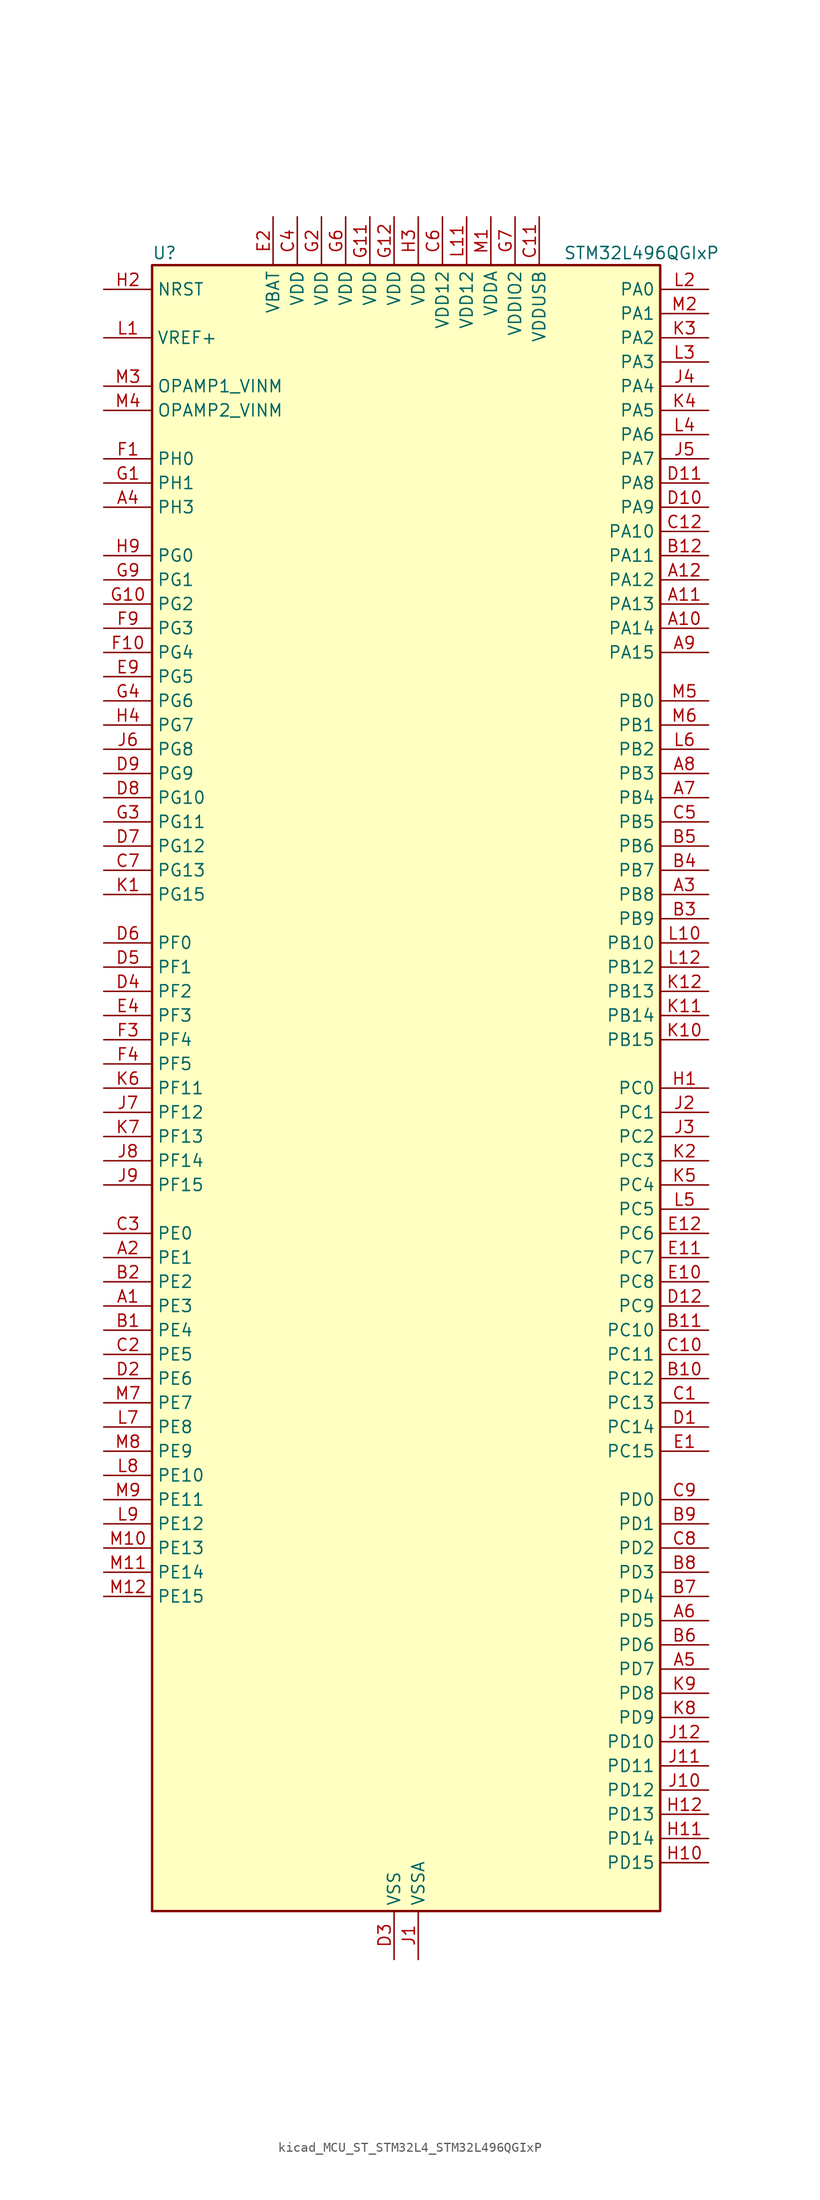
<source format=kicad_sym>
(kicad_symbol_lib
  (version 20220914)
  (generator kicad_symbol_editor)
  (symbol "kicad_MCU_ST_STM32L4_STM32L496QGIxP"
    (property "Reference" "U"
      (at -25.4 87.63 0)
      (effects (font (size 1.27 1.27)) (justify left)))
    (property "Value" "STM32L496QGIxP"
      (at 17.78 87.63 0)
      (effects (font (size 1.27 1.27)) (justify left)))
    (property "ki_locked" ""
      (at 0 0 0)
      (effects (font (size 1.27 1.27))))
    (symbol "kicad_MCU_ST_STM32L4_STM32L496QGIxP_0_1"
      (rectangle (start -25.4 -86.36) (end 27.94 86.36) (stroke (width 0.254) (type default)) (fill (type background))))
    (symbol "kicad_MCU_ST_STM32L4_STM32L496QGIxP_1_1"
      (pin bidirectional line (at -30.48 -22.86 0) (length 5.08) (name "PE3" (effects (font (size 1.27 1.27)))) (number "A1" (effects (font (size 1.27 1.27)))) (alternate "FMC_A19" bidirectional line) (alternate "LCD_SEG39" bidirectional line) (alternate "SAI1_SD_B" bidirectional line) (alternate "SYS_TRACED0" bidirectional line) (alternate "TIM3_CH1" bidirectional line) (alternate "TSC_G7_IO2" bidirectional line))
      (pin bidirectional line (at 33.02 48.26 180) (length 5.08) (name "PA14" (effects (font (size 1.27 1.27)))) (number "A10" (effects (font (size 1.27 1.27)))) (alternate "I2C1_SMBA" bidirectional line) (alternate "I2C4_SMBA" bidirectional line) (alternate "LPTIM1_OUT" bidirectional line) (alternate "SAI1_FS_B" bidirectional line) (alternate "SWPMI1_RX" bidirectional line) (alternate "SYS_JTCK-SWCLK" bidirectional line) (alternate "USB_OTG_FS_SOF" bidirectional line))
      (pin bidirectional line (at 33.02 50.8 180) (length 5.08) (name "PA13" (effects (font (size 1.27 1.27)))) (number "A11" (effects (font (size 1.27 1.27)))) (alternate "IR_OUT" bidirectional line) (alternate "SAI1_SD_B" bidirectional line) (alternate "SWPMI1_TX" bidirectional line) (alternate "SYS_JTMS-SWDIO" bidirectional line) (alternate "USB_OTG_FS_NOE" bidirectional line))
      (pin bidirectional line (at 33.02 53.34 180) (length 5.08) (name "PA12" (effects (font (size 1.27 1.27)))) (number "A12" (effects (font (size 1.27 1.27)))) (alternate "CAN1_TX" bidirectional line) (alternate "SPI1_MOSI" bidirectional line) (alternate "TIM1_ETR" bidirectional line) (alternate "USART1_DE" bidirectional line) (alternate "USART1_RTS" bidirectional line) (alternate "USB_OTG_FS_DP" bidirectional line))
      (pin bidirectional line (at -30.48 -17.78 0) (length 5.08) (name "PE1" (effects (font (size 1.27 1.27)))) (number "A2" (effects (font (size 1.27 1.27)))) (alternate "DCMI_D3" bidirectional line) (alternate "FMC_NBL1" bidirectional line) (alternate "LCD_SEG37" bidirectional line) (alternate "TIM17_CH1" bidirectional line))
      (pin bidirectional line (at 33.02 20.32 180) (length 5.08) (name "PB8" (effects (font (size 1.27 1.27)))) (number "A3" (effects (font (size 1.27 1.27)))) (alternate "CAN1_RX" bidirectional line) (alternate "DCMI_D6" bidirectional line) (alternate "DFSDM1_DATIN6" bidirectional line) (alternate "I2C1_SCL" bidirectional line) (alternate "LCD_SEG16" bidirectional line) (alternate "SAI1_MCLK_A" bidirectional line) (alternate "SDMMC1_D4" bidirectional line) (alternate "TIM16_CH1" bidirectional line) (alternate "TIM4_CH3" bidirectional line))
      (pin bidirectional line (at -30.48 60.96 0) (length 5.08) (name "PH3" (effects (font (size 1.27 1.27)))) (number "A4" (effects (font (size 1.27 1.27)))))
      (pin bidirectional line (at 33.02 -60.96 180) (length 5.08) (name "PD7" (effects (font (size 1.27 1.27)))) (number "A5" (effects (font (size 1.27 1.27)))) (alternate "DFSDM1_CKIN1" bidirectional line) (alternate "FMC_NE1" bidirectional line) (alternate "QUADSPI_BK2_IO3" bidirectional line) (alternate "USART2_CK" bidirectional line))
      (pin bidirectional line (at 33.02 -55.88 180) (length 5.08) (name "PD5" (effects (font (size 1.27 1.27)))) (number "A6" (effects (font (size 1.27 1.27)))) (alternate "FMC_NWE" bidirectional line) (alternate "QUADSPI_BK2_IO1" bidirectional line) (alternate "USART2_TX" bidirectional line))
      (pin bidirectional line (at 33.02 30.48 180) (length 5.08) (name "PB4" (effects (font (size 1.27 1.27)))) (number "A7" (effects (font (size 1.27 1.27)))) (alternate "COMP2_INP" bidirectional line) (alternate "DCMI_D12" bidirectional line) (alternate "I2C3_SDA" bidirectional line) (alternate "LCD_SEG8" bidirectional line) (alternate "SAI1_MCLK_B" bidirectional line) (alternate "SPI1_MISO" bidirectional line) (alternate "SPI3_MISO" bidirectional line) (alternate "SYS_JTRST" bidirectional line) (alternate "TIM17_BKIN" bidirectional line) (alternate "TIM3_CH1" bidirectional line) (alternate "TSC_G2_IO1" bidirectional line) (alternate "UART5_DE" bidirectional line) (alternate "UART5_RTS" bidirectional line) (alternate "USART1_CTS" bidirectional line))
      (pin bidirectional line (at 33.02 33.02 180) (length 5.08) (name "PB3" (effects (font (size 1.27 1.27)))) (number "A8" (effects (font (size 1.27 1.27)))) (alternate "COMP2_INM" bidirectional line) (alternate "CRS_SYNC" bidirectional line) (alternate "LCD_SEG7" bidirectional line) (alternate "SAI1_SCK_B" bidirectional line) (alternate "SPI1_SCK" bidirectional line) (alternate "SPI3_SCK" bidirectional line) (alternate "SYS_JTDO-SWO" bidirectional line) (alternate "TIM2_CH2" bidirectional line) (alternate "USART1_DE" bidirectional line) (alternate "USART1_RTS" bidirectional line))
      (pin bidirectional line (at 33.02 45.72 180) (length 5.08) (name "PA15" (effects (font (size 1.27 1.27)))) (number "A9" (effects (font (size 1.27 1.27)))) (alternate "ADC1_EXTI15" bidirectional line) (alternate "ADC2_EXTI15" bidirectional line) (alternate "ADC3_EXTI15" bidirectional line) (alternate "LCD_SEG17" bidirectional line) (alternate "SAI2_FS_B" bidirectional line) (alternate "SPI1_NSS" bidirectional line) (alternate "SPI3_NSS" bidirectional line) (alternate "SWPMI1_SUSPEND" bidirectional line) (alternate "SYS_JTDI" bidirectional line) (alternate "TIM2_CH1" bidirectional line) (alternate "TIM2_ETR" bidirectional line) (alternate "TSC_G3_IO1" bidirectional line) (alternate "UART4_DE" bidirectional line) (alternate "UART4_RTS" bidirectional line) (alternate "USART2_RX" bidirectional line) (alternate "USART3_DE" bidirectional line) (alternate "USART3_RTS" bidirectional line))
      (pin bidirectional line (at -30.48 -25.4 0) (length 5.08) (name "PE4" (effects (font (size 1.27 1.27)))) (number "B1" (effects (font (size 1.27 1.27)))) (alternate "DCMI_D4" bidirectional line) (alternate "DFSDM1_DATIN3" bidirectional line) (alternate "FMC_A20" bidirectional line) (alternate "SAI1_FS_A" bidirectional line) (alternate "SYS_TRACED1" bidirectional line) (alternate "TIM3_CH2" bidirectional line) (alternate "TSC_G7_IO3" bidirectional line))
      (pin bidirectional line (at 33.02 -30.48 180) (length 5.08) (name "PC12" (effects (font (size 1.27 1.27)))) (number "B10" (effects (font (size 1.27 1.27)))) (alternate "DCMI_D9" bidirectional line) (alternate "LCD_COM6" bidirectional line) (alternate "LCD_SEG30" bidirectional line) (alternate "LCD_SEG42" bidirectional line) (alternate "SAI2_SD_B" bidirectional line) (alternate "SDMMC1_CK" bidirectional line) (alternate "SPI3_MOSI" bidirectional line) (alternate "SYS_TRACED3" bidirectional line) (alternate "TSC_G3_IO4" bidirectional line) (alternate "UART5_TX" bidirectional line) (alternate "USART3_CK" bidirectional line))
      (pin bidirectional line (at 33.02 -25.4 180) (length 5.08) (name "PC10" (effects (font (size 1.27 1.27)))) (number "B11" (effects (font (size 1.27 1.27)))) (alternate "DCMI_D8" bidirectional line) (alternate "LCD_COM4" bidirectional line) (alternate "LCD_SEG28" bidirectional line) (alternate "LCD_SEG40" bidirectional line) (alternate "SAI2_SCK_B" bidirectional line) (alternate "SDMMC1_D2" bidirectional line) (alternate "SPI3_SCK" bidirectional line) (alternate "SYS_TRACED1" bidirectional line) (alternate "TSC_G3_IO2" bidirectional line) (alternate "UART4_TX" bidirectional line) (alternate "USART3_TX" bidirectional line))
      (pin bidirectional line (at 33.02 55.88 180) (length 5.08) (name "PA11" (effects (font (size 1.27 1.27)))) (number "B12" (effects (font (size 1.27 1.27)))) (alternate "ADC1_EXTI11" bidirectional line) (alternate "ADC2_EXTI11" bidirectional line) (alternate "ADC3_EXTI11" bidirectional line) (alternate "CAN1_RX" bidirectional line) (alternate "SPI1_MISO" bidirectional line) (alternate "TIM1_BKIN2" bidirectional line) (alternate "TIM1_BKIN2_COMP1" bidirectional line) (alternate "TIM1_CH4" bidirectional line) (alternate "USART1_CTS" bidirectional line) (alternate "USB_OTG_FS_DM" bidirectional line))
      (pin bidirectional line (at -30.48 -20.32 0) (length 5.08) (name "PE2" (effects (font (size 1.27 1.27)))) (number "B2" (effects (font (size 1.27 1.27)))) (alternate "FMC_A23" bidirectional line) (alternate "LCD_SEG38" bidirectional line) (alternate "SAI1_MCLK_A" bidirectional line) (alternate "SYS_TRACECLK" bidirectional line) (alternate "TIM3_ETR" bidirectional line) (alternate "TSC_G7_IO1" bidirectional line))
      (pin bidirectional line (at 33.02 17.78 180) (length 5.08) (name "PB9" (effects (font (size 1.27 1.27)))) (number "B3" (effects (font (size 1.27 1.27)))) (alternate "CAN1_TX" bidirectional line) (alternate "DAC1_EXTI9" bidirectional line) (alternate "DCMI_D7" bidirectional line) (alternate "DFSDM1_CKIN6" bidirectional line) (alternate "I2C1_SDA" bidirectional line) (alternate "IR_OUT" bidirectional line) (alternate "LCD_COM3" bidirectional line) (alternate "SAI1_FS_A" bidirectional line) (alternate "SDMMC1_D5" bidirectional line) (alternate "SPI2_NSS" bidirectional line) (alternate "TIM17_CH1" bidirectional line) (alternate "TIM4_CH4" bidirectional line))
      (pin bidirectional line (at 33.02 22.86 180) (length 5.08) (name "PB7" (effects (font (size 1.27 1.27)))) (number "B4" (effects (font (size 1.27 1.27)))) (alternate "COMP2_INM" bidirectional line) (alternate "DCMI_VSYNC" bidirectional line) (alternate "DFSDM1_CKIN5" bidirectional line) (alternate "FMC_NL" bidirectional line) (alternate "I2C1_SDA" bidirectional line) (alternate "I2C4_SDA" bidirectional line) (alternate "LCD_SEG21" bidirectional line) (alternate "LPTIM1_IN2" bidirectional line) (alternate "SYS_PVD_IN" bidirectional line) (alternate "TIM17_CH1N" bidirectional line) (alternate "TIM4_CH2" bidirectional line) (alternate "TIM8_BKIN" bidirectional line) (alternate "TIM8_BKIN_COMP1" bidirectional line) (alternate "TSC_G2_IO4" bidirectional line) (alternate "UART4_CTS" bidirectional line) (alternate "USART1_RX" bidirectional line))
      (pin bidirectional line (at 33.02 25.4 180) (length 5.08) (name "PB6" (effects (font (size 1.27 1.27)))) (number "B5" (effects (font (size 1.27 1.27)))) (alternate "CAN2_TX" bidirectional line) (alternate "COMP2_INP" bidirectional line) (alternate "DCMI_D5" bidirectional line) (alternate "DFSDM1_DATIN5" bidirectional line) (alternate "I2C1_SCL" bidirectional line) (alternate "I2C4_SCL" bidirectional line) (alternate "LPTIM1_ETR" bidirectional line) (alternate "SAI1_FS_B" bidirectional line) (alternate "TIM16_CH1N" bidirectional line) (alternate "TIM4_CH1" bidirectional line) (alternate "TIM8_BKIN2" bidirectional line) (alternate "TIM8_BKIN2_COMP2" bidirectional line) (alternate "TSC_G2_IO3" bidirectional line) (alternate "USART1_TX" bidirectional line))
      (pin bidirectional line (at 33.02 -58.42 180) (length 5.08) (name "PD6" (effects (font (size 1.27 1.27)))) (number "B6" (effects (font (size 1.27 1.27)))) (alternate "DCMI_D10" bidirectional line) (alternate "DFSDM1_DATIN1" bidirectional line) (alternate "FMC_NWAIT" bidirectional line) (alternate "QUADSPI_BK2_IO1" bidirectional line) (alternate "QUADSPI_BK2_IO2" bidirectional line) (alternate "SAI1_SD_A" bidirectional line) (alternate "USART2_RX" bidirectional line))
      (pin bidirectional line (at 33.02 -53.34 180) (length 5.08) (name "PD4" (effects (font (size 1.27 1.27)))) (number "B7" (effects (font (size 1.27 1.27)))) (alternate "DFSDM1_CKIN0" bidirectional line) (alternate "FMC_NOE" bidirectional line) (alternate "QUADSPI_BK2_IO0" bidirectional line) (alternate "SPI2_MOSI" bidirectional line) (alternate "USART2_DE" bidirectional line) (alternate "USART2_RTS" bidirectional line))
      (pin bidirectional line (at 33.02 -50.8 180) (length 5.08) (name "PD3" (effects (font (size 1.27 1.27)))) (number "B8" (effects (font (size 1.27 1.27)))) (alternate "DCMI_D5" bidirectional line) (alternate "DFSDM1_DATIN0" bidirectional line) (alternate "FMC_CLK" bidirectional line) (alternate "QUADSPI_BK2_NCS" bidirectional line) (alternate "SPI2_MISO" bidirectional line) (alternate "SPI2_SCK" bidirectional line) (alternate "USART2_CTS" bidirectional line))
      (pin bidirectional line (at 33.02 -45.72 180) (length 5.08) (name "PD1" (effects (font (size 1.27 1.27)))) (number "B9" (effects (font (size 1.27 1.27)))) (alternate "CAN1_TX" bidirectional line) (alternate "DFSDM1_CKIN7" bidirectional line) (alternate "FMC_D3" bidirectional line) (alternate "FMC_DA3" bidirectional line) (alternate "SPI2_SCK" bidirectional line))
      (pin bidirectional line (at 33.02 -33.02 180) (length 5.08) (name "PC13" (effects (font (size 1.27 1.27)))) (number "C1" (effects (font (size 1.27 1.27)))) (alternate "RTC_OUT_ALARM" bidirectional line) (alternate "RTC_OUT_CALIB" bidirectional line) (alternate "RTC_TAMP1" bidirectional line) (alternate "RTC_TS" bidirectional line) (alternate "SYS_WKUP2" bidirectional line))
      (pin bidirectional line (at 33.02 -27.94 180) (length 5.08) (name "PC11" (effects (font (size 1.27 1.27)))) (number "C10" (effects (font (size 1.27 1.27)))) (alternate "ADC1_EXTI11" bidirectional line) (alternate "ADC2_EXTI11" bidirectional line) (alternate "ADC3_EXTI11" bidirectional line) (alternate "DCMI_D4" bidirectional line) (alternate "LCD_COM5" bidirectional line) (alternate "LCD_SEG29" bidirectional line) (alternate "LCD_SEG41" bidirectional line) (alternate "QUADSPI_BK2_NCS" bidirectional line) (alternate "SAI2_MCLK_B" bidirectional line) (alternate "SDMMC1_D3" bidirectional line) (alternate "SPI3_MISO" bidirectional line) (alternate "TSC_G3_IO3" bidirectional line) (alternate "UART4_RX" bidirectional line) (alternate "USART3_RX" bidirectional line))
      (pin power_in line (at 15.24 91.44 270) (length 5.08) (name "VDDUSB" (effects (font (size 1.27 1.27)))) (number "C11" (effects (font (size 1.27 1.27)))))
      (pin bidirectional line (at 33.02 58.42 180) (length 5.08) (name "PA10" (effects (font (size 1.27 1.27)))) (number "C12" (effects (font (size 1.27 1.27)))) (alternate "DCMI_D1" bidirectional line) (alternate "LCD_COM2" bidirectional line) (alternate "SAI1_SD_A" bidirectional line) (alternate "TIM17_BKIN" bidirectional line) (alternate "TIM1_CH3" bidirectional line) (alternate "USART1_RX" bidirectional line) (alternate "USB_OTG_FS_ID" bidirectional line))
      (pin bidirectional line (at -30.48 -27.94 0) (length 5.08) (name "PE5" (effects (font (size 1.27 1.27)))) (number "C2" (effects (font (size 1.27 1.27)))) (alternate "DCMI_D6" bidirectional line) (alternate "DFSDM1_CKIN3" bidirectional line) (alternate "FMC_A21" bidirectional line) (alternate "SAI1_SCK_A" bidirectional line) (alternate "SYS_TRACED2" bidirectional line) (alternate "TIM3_CH3" bidirectional line) (alternate "TSC_G7_IO4" bidirectional line))
      (pin bidirectional line (at -30.48 -15.24 0) (length 5.08) (name "PE0" (effects (font (size 1.27 1.27)))) (number "C3" (effects (font (size 1.27 1.27)))) (alternate "DCMI_D2" bidirectional line) (alternate "FMC_NBL0" bidirectional line) (alternate "LCD_SEG36" bidirectional line) (alternate "TIM16_CH1" bidirectional line) (alternate "TIM4_ETR" bidirectional line))
      (pin power_in line (at -10.16 91.44 270) (length 5.08) (name "VDD" (effects (font (size 1.27 1.27)))) (number "C4" (effects (font (size 1.27 1.27)))))
      (pin bidirectional line (at 33.02 27.94 180) (length 5.08) (name "PB5" (effects (font (size 1.27 1.27)))) (number "C5" (effects (font (size 1.27 1.27)))) (alternate "CAN2_RX" bidirectional line) (alternate "COMP2_OUT" bidirectional line) (alternate "DCMI_D10" bidirectional line) (alternate "I2C1_SMBA" bidirectional line) (alternate "LCD_SEG9" bidirectional line) (alternate "LPTIM1_IN1" bidirectional line) (alternate "SAI1_SD_B" bidirectional line) (alternate "SPI1_MOSI" bidirectional line) (alternate "SPI3_MOSI" bidirectional line) (alternate "TIM16_BKIN" bidirectional line) (alternate "TIM3_CH2" bidirectional line) (alternate "TSC_G2_IO2" bidirectional line) (alternate "UART5_CTS" bidirectional line) (alternate "USART1_CK" bidirectional line))
      (pin power_in line (at 5.08 91.44 270) (length 5.08) (name "VDD12" (effects (font (size 1.27 1.27)))) (number "C6" (effects (font (size 1.27 1.27)))))
      (pin bidirectional line (at -30.48 22.86 0) (length 5.08) (name "PG13" (effects (font (size 1.27 1.27)))) (number "C7" (effects (font (size 1.27 1.27)))) (alternate "FMC_A24" bidirectional line) (alternate "I2C1_SDA" bidirectional line) (alternate "USART1_CK" bidirectional line))
      (pin bidirectional line (at 33.02 -48.26 180) (length 5.08) (name "PD2" (effects (font (size 1.27 1.27)))) (number "C8" (effects (font (size 1.27 1.27)))) (alternate "DCMI_D11" bidirectional line) (alternate "LCD_COM7" bidirectional line) (alternate "LCD_SEG31" bidirectional line) (alternate "LCD_SEG43" bidirectional line) (alternate "SDMMC1_CMD" bidirectional line) (alternate "SYS_TRACED2" bidirectional line) (alternate "TIM3_ETR" bidirectional line) (alternate "TSC_SYNC" bidirectional line) (alternate "UART5_RX" bidirectional line) (alternate "USART3_DE" bidirectional line) (alternate "USART3_RTS" bidirectional line))
      (pin bidirectional line (at 33.02 -43.18 180) (length 5.08) (name "PD0" (effects (font (size 1.27 1.27)))) (number "C9" (effects (font (size 1.27 1.27)))) (alternate "CAN1_RX" bidirectional line) (alternate "DFSDM1_DATIN7" bidirectional line) (alternate "FMC_D2" bidirectional line) (alternate "FMC_DA2" bidirectional line) (alternate "SPI2_NSS" bidirectional line))
      (pin bidirectional line (at 33.02 -35.56 180) (length 5.08) (name "PC14" (effects (font (size 1.27 1.27)))) (number "D1" (effects (font (size 1.27 1.27)))) (alternate "RCC_OSC32_IN" bidirectional line))
      (pin bidirectional line (at 33.02 60.96 180) (length 5.08) (name "PA9" (effects (font (size 1.27 1.27)))) (number "D10" (effects (font (size 1.27 1.27)))) (alternate "DAC1_EXTI9" bidirectional line) (alternate "DCMI_D0" bidirectional line) (alternate "LCD_COM1" bidirectional line) (alternate "SAI1_FS_A" bidirectional line) (alternate "SPI2_SCK" bidirectional line) (alternate "TIM15_BKIN" bidirectional line) (alternate "TIM1_CH2" bidirectional line) (alternate "USART1_TX" bidirectional line) (alternate "USB_OTG_FS_VBUS" bidirectional line))
      (pin bidirectional line (at 33.02 63.5 180) (length 5.08) (name "PA8" (effects (font (size 1.27 1.27)))) (number "D11" (effects (font (size 1.27 1.27)))) (alternate "LCD_COM0" bidirectional line) (alternate "LPTIM2_OUT" bidirectional line) (alternate "RCC_MCO" bidirectional line) (alternate "SAI1_SCK_A" bidirectional line) (alternate "SWPMI1_IO" bidirectional line) (alternate "TIM1_CH1" bidirectional line) (alternate "USART1_CK" bidirectional line) (alternate "USB_OTG_FS_SOF" bidirectional line))
      (pin bidirectional line (at 33.02 -22.86 180) (length 5.08) (name "PC9" (effects (font (size 1.27 1.27)))) (number "D12" (effects (font (size 1.27 1.27)))) (alternate "DAC1_EXTI9" bidirectional line) (alternate "DCMI_D3" bidirectional line) (alternate "I2C3_SDA" bidirectional line) (alternate "LCD_SEG27" bidirectional line) (alternate "SAI2_EXTCLK" bidirectional line) (alternate "SDMMC1_D1" bidirectional line) (alternate "TIM3_CH4" bidirectional line) (alternate "TIM8_BKIN2" bidirectional line) (alternate "TIM8_BKIN2_COMP1" bidirectional line) (alternate "TIM8_CH4" bidirectional line) (alternate "TSC_G4_IO4" bidirectional line) (alternate "USB_OTG_FS_NOE" bidirectional line))
      (pin bidirectional line (at -30.48 -30.48 0) (length 5.08) (name "PE6" (effects (font (size 1.27 1.27)))) (number "D2" (effects (font (size 1.27 1.27)))) (alternate "DCMI_D7" bidirectional line) (alternate "FMC_A22" bidirectional line) (alternate "RTC_TAMP3" bidirectional line) (alternate "SAI1_SD_A" bidirectional line) (alternate "SYS_TRACED3" bidirectional line) (alternate "SYS_WKUP3" bidirectional line) (alternate "TIM3_CH4" bidirectional line))
      (pin power_in line (at 0 -91.44 90) (length 5.08) (name "VSS" (effects (font (size 1.27 1.27)))) (number "D3" (effects (font (size 1.27 1.27)))))
      (pin bidirectional line (at -30.48 10.16 0) (length 5.08) (name "PF2" (effects (font (size 1.27 1.27)))) (number "D4" (effects (font (size 1.27 1.27)))) (alternate "FMC_A2" bidirectional line) (alternate "I2C2_SMBA" bidirectional line))
      (pin bidirectional line (at -30.48 12.7 0) (length 5.08) (name "PF1" (effects (font (size 1.27 1.27)))) (number "D5" (effects (font (size 1.27 1.27)))) (alternate "FMC_A1" bidirectional line) (alternate "I2C2_SCL" bidirectional line))
      (pin bidirectional line (at -30.48 15.24 0) (length 5.08) (name "PF0" (effects (font (size 1.27 1.27)))) (number "D6" (effects (font (size 1.27 1.27)))) (alternate "FMC_A0" bidirectional line) (alternate "I2C2_SDA" bidirectional line))
      (pin bidirectional line (at -30.48 25.4 0) (length 5.08) (name "PG12" (effects (font (size 1.27 1.27)))) (number "D7" (effects (font (size 1.27 1.27)))) (alternate "FMC_NE4" bidirectional line) (alternate "LPTIM1_ETR" bidirectional line) (alternate "SAI2_SD_A" bidirectional line) (alternate "SPI3_NSS" bidirectional line) (alternate "USART1_DE" bidirectional line) (alternate "USART1_RTS" bidirectional line))
      (pin bidirectional line (at -30.48 30.48 0) (length 5.08) (name "PG10" (effects (font (size 1.27 1.27)))) (number "D8" (effects (font (size 1.27 1.27)))) (alternate "FMC_NE3" bidirectional line) (alternate "LPTIM1_IN1" bidirectional line) (alternate "SAI2_FS_A" bidirectional line) (alternate "SPI3_MISO" bidirectional line) (alternate "TIM15_CH1" bidirectional line) (alternate "USART1_RX" bidirectional line))
      (pin bidirectional line (at -30.48 33.02 0) (length 5.08) (name "PG9" (effects (font (size 1.27 1.27)))) (number "D9" (effects (font (size 1.27 1.27)))) (alternate "DAC1_EXTI9" bidirectional line) (alternate "FMC_NCE" bidirectional line) (alternate "FMC_NE2" bidirectional line) (alternate "SAI2_SCK_A" bidirectional line) (alternate "SPI3_SCK" bidirectional line) (alternate "TIM15_CH1N" bidirectional line) (alternate "USART1_TX" bidirectional line))
      (pin bidirectional line (at 33.02 -38.1 180) (length 5.08) (name "PC15" (effects (font (size 1.27 1.27)))) (number "E1" (effects (font (size 1.27 1.27)))) (alternate "ADC1_EXTI15" bidirectional line) (alternate "ADC2_EXTI15" bidirectional line) (alternate "ADC3_EXTI15" bidirectional line) (alternate "RCC_OSC32_OUT" bidirectional line))
      (pin bidirectional line (at 33.02 -20.32 180) (length 5.08) (name "PC8" (effects (font (size 1.27 1.27)))) (number "E10" (effects (font (size 1.27 1.27)))) (alternate "DCMI_D2" bidirectional line) (alternate "LCD_SEG26" bidirectional line) (alternate "SDMMC1_D0" bidirectional line) (alternate "TIM3_CH3" bidirectional line) (alternate "TIM8_CH3" bidirectional line) (alternate "TSC_G4_IO3" bidirectional line))
      (pin bidirectional line (at 33.02 -17.78 180) (length 5.08) (name "PC7" (effects (font (size 1.27 1.27)))) (number "E11" (effects (font (size 1.27 1.27)))) (alternate "DCMI_D1" bidirectional line) (alternate "DFSDM1_DATIN3" bidirectional line) (alternate "LCD_SEG25" bidirectional line) (alternate "SAI2_MCLK_B" bidirectional line) (alternate "SDMMC1_D7" bidirectional line) (alternate "TIM3_CH2" bidirectional line) (alternate "TIM8_CH2" bidirectional line) (alternate "TSC_G4_IO2" bidirectional line))
      (pin bidirectional line (at 33.02 -15.24 180) (length 5.08) (name "PC6" (effects (font (size 1.27 1.27)))) (number "E12" (effects (font (size 1.27 1.27)))) (alternate "DCMI_D0" bidirectional line) (alternate "DFSDM1_CKIN3" bidirectional line) (alternate "LCD_SEG24" bidirectional line) (alternate "SAI2_MCLK_A" bidirectional line) (alternate "SDMMC1_D6" bidirectional line) (alternate "TIM3_CH1" bidirectional line) (alternate "TIM8_CH1" bidirectional line) (alternate "TSC_G4_IO1" bidirectional line))
      (pin power_in line (at -12.7 91.44 270) (length 5.08) (name "VBAT" (effects (font (size 1.27 1.27)))) (number "E2" (effects (font (size 1.27 1.27)))))
      (pin passive line (at 0 -91.44 90) (length 5.08) hide (name "VSS" (effects (font (size 1.27 1.27)))) (number "E3" (effects (font (size 1.27 1.27)))))
      (pin bidirectional line (at -30.48 7.62 0) (length 5.08) (name "PF3" (effects (font (size 1.27 1.27)))) (number "E4" (effects (font (size 1.27 1.27)))) (alternate "ADC3_IN6" bidirectional line) (alternate "FMC_A3" bidirectional line))
      (pin bidirectional line (at -30.48 43.18 0) (length 5.08) (name "PG5" (effects (font (size 1.27 1.27)))) (number "E9" (effects (font (size 1.27 1.27)))) (alternate "FMC_A15" bidirectional line) (alternate "LPUART1_CTS" bidirectional line) (alternate "SAI2_SD_B" bidirectional line) (alternate "SPI1_NSS" bidirectional line))
      (pin bidirectional line (at -30.48 66.04 0) (length 5.08) (name "PH0" (effects (font (size 1.27 1.27)))) (number "F1" (effects (font (size 1.27 1.27)))) (alternate "RCC_OSC_IN" bidirectional line))
      (pin bidirectional line (at -30.48 45.72 0) (length 5.08) (name "PG4" (effects (font (size 1.27 1.27)))) (number "F10" (effects (font (size 1.27 1.27)))) (alternate "FMC_A14" bidirectional line) (alternate "SAI2_MCLK_B" bidirectional line) (alternate "SPI1_MOSI" bidirectional line))
      (pin passive line (at 0 -91.44 90) (length 5.08) hide (name "VSS" (effects (font (size 1.27 1.27)))) (number "F11" (effects (font (size 1.27 1.27)))))
      (pin passive line (at 0 -91.44 90) (length 5.08) hide (name "VSS" (effects (font (size 1.27 1.27)))) (number "F12" (effects (font (size 1.27 1.27)))))
      (pin passive line (at 0 -91.44 90) (length 5.08) hide (name "VSS" (effects (font (size 1.27 1.27)))) (number "F2" (effects (font (size 1.27 1.27)))))
      (pin bidirectional line (at -30.48 5.08 0) (length 5.08) (name "PF4" (effects (font (size 1.27 1.27)))) (number "F3" (effects (font (size 1.27 1.27)))) (alternate "ADC3_IN7" bidirectional line) (alternate "FMC_A4" bidirectional line))
      (pin bidirectional line (at -30.48 2.54 0) (length 5.08) (name "PF5" (effects (font (size 1.27 1.27)))) (number "F4" (effects (font (size 1.27 1.27)))) (alternate "ADC3_IN8" bidirectional line) (alternate "FMC_A5" bidirectional line))
      (pin passive line (at 0 -91.44 90) (length 5.08) hide (name "VSS" (effects (font (size 1.27 1.27)))) (number "F6" (effects (font (size 1.27 1.27)))))
      (pin passive line (at 0 -91.44 90) (length 5.08) hide (name "VSS" (effects (font (size 1.27 1.27)))) (number "F7" (effects (font (size 1.27 1.27)))))
      (pin bidirectional line (at -30.48 48.26 0) (length 5.08) (name "PG3" (effects (font (size 1.27 1.27)))) (number "F9" (effects (font (size 1.27 1.27)))) (alternate "FMC_A13" bidirectional line) (alternate "SAI2_FS_B" bidirectional line) (alternate "SPI1_MISO" bidirectional line))
      (pin bidirectional line (at -30.48 63.5 0) (length 5.08) (name "PH1" (effects (font (size 1.27 1.27)))) (number "G1" (effects (font (size 1.27 1.27)))) (alternate "RCC_OSC_OUT" bidirectional line))
      (pin bidirectional line (at -30.48 50.8 0) (length 5.08) (name "PG2" (effects (font (size 1.27 1.27)))) (number "G10" (effects (font (size 1.27 1.27)))) (alternate "FMC_A12" bidirectional line) (alternate "SAI2_SCK_B" bidirectional line) (alternate "SPI1_SCK" bidirectional line))
      (pin power_in line (at -2.54 91.44 270) (length 5.08) (name "VDD" (effects (font (size 1.27 1.27)))) (number "G11" (effects (font (size 1.27 1.27)))))
      (pin power_in line (at 0 91.44 270) (length 5.08) (name "VDD" (effects (font (size 1.27 1.27)))) (number "G12" (effects (font (size 1.27 1.27)))))
      (pin power_in line (at -7.62 91.44 270) (length 5.08) (name "VDD" (effects (font (size 1.27 1.27)))) (number "G2" (effects (font (size 1.27 1.27)))))
      (pin bidirectional line (at -30.48 27.94 0) (length 5.08) (name "PG11" (effects (font (size 1.27 1.27)))) (number "G3" (effects (font (size 1.27 1.27)))) (alternate "ADC1_EXTI11" bidirectional line) (alternate "ADC2_EXTI11" bidirectional line) (alternate "ADC3_EXTI11" bidirectional line) (alternate "LPTIM1_IN2" bidirectional line) (alternate "SAI2_MCLK_A" bidirectional line) (alternate "SPI3_MOSI" bidirectional line) (alternate "TIM15_CH2" bidirectional line) (alternate "USART1_CTS" bidirectional line))
      (pin bidirectional line (at -30.48 40.64 0) (length 5.08) (name "PG6" (effects (font (size 1.27 1.27)))) (number "G4" (effects (font (size 1.27 1.27)))) (alternate "I2C3_SMBA" bidirectional line) (alternate "LPUART1_DE" bidirectional line) (alternate "LPUART1_RTS" bidirectional line))
      (pin power_in line (at -5.08 91.44 270) (length 5.08) (name "VDD" (effects (font (size 1.27 1.27)))) (number "G6" (effects (font (size 1.27 1.27)))))
      (pin power_in line (at 12.7 91.44 270) (length 5.08) (name "VDDIO2" (effects (font (size 1.27 1.27)))) (number "G7" (effects (font (size 1.27 1.27)))))
      (pin bidirectional line (at -30.48 53.34 0) (length 5.08) (name "PG1" (effects (font (size 1.27 1.27)))) (number "G9" (effects (font (size 1.27 1.27)))) (alternate "FMC_A11" bidirectional line) (alternate "TSC_G8_IO4" bidirectional line))
      (pin bidirectional line (at 33.02 0 180) (length 5.08) (name "PC0" (effects (font (size 1.27 1.27)))) (number "H1" (effects (font (size 1.27 1.27)))) (alternate "ADC1_IN1" bidirectional line) (alternate "ADC2_IN1" bidirectional line) (alternate "ADC3_IN1" bidirectional line) (alternate "DFSDM1_DATIN4" bidirectional line) (alternate "I2C3_SCL" bidirectional line) (alternate "I2C4_SCL" bidirectional line) (alternate "LCD_SEG18" bidirectional line) (alternate "LPTIM1_IN1" bidirectional line) (alternate "LPTIM2_IN1" bidirectional line) (alternate "LPUART1_RX" bidirectional line))
      (pin bidirectional line (at 33.02 -81.28 180) (length 5.08) (name "PD15" (effects (font (size 1.27 1.27)))) (number "H10" (effects (font (size 1.27 1.27)))) (alternate "ADC1_EXTI15" bidirectional line) (alternate "ADC2_EXTI15" bidirectional line) (alternate "ADC3_EXTI15" bidirectional line) (alternate "FMC_D1" bidirectional line) (alternate "FMC_DA1" bidirectional line) (alternate "LCD_SEG35" bidirectional line) (alternate "TIM4_CH4" bidirectional line))
      (pin bidirectional line (at 33.02 -78.74 180) (length 5.08) (name "PD14" (effects (font (size 1.27 1.27)))) (number "H11" (effects (font (size 1.27 1.27)))) (alternate "FMC_D0" bidirectional line) (alternate "FMC_DA0" bidirectional line) (alternate "LCD_SEG34" bidirectional line) (alternate "TIM4_CH3" bidirectional line))
      (pin bidirectional line (at 33.02 -76.2 180) (length 5.08) (name "PD13" (effects (font (size 1.27 1.27)))) (number "H12" (effects (font (size 1.27 1.27)))) (alternate "FMC_A18" bidirectional line) (alternate "I2C4_SDA" bidirectional line) (alternate "LCD_SEG33" bidirectional line) (alternate "LPTIM2_OUT" bidirectional line) (alternate "TIM4_CH2" bidirectional line) (alternate "TSC_G6_IO4" bidirectional line))
      (pin input line (at -30.48 83.82 0) (length 5.08) (name "NRST" (effects (font (size 1.27 1.27)))) (number "H2" (effects (font (size 1.27 1.27)))))
      (pin power_in line (at 2.54 91.44 270) (length 5.08) (name "VDD" (effects (font (size 1.27 1.27)))) (number "H3" (effects (font (size 1.27 1.27)))))
      (pin bidirectional line (at -30.48 38.1 0) (length 5.08) (name "PG7" (effects (font (size 1.27 1.27)))) (number "H4" (effects (font (size 1.27 1.27)))) (alternate "FMC_INT" bidirectional line) (alternate "I2C3_SCL" bidirectional line) (alternate "LPUART1_TX" bidirectional line) (alternate "SAI1_MCLK_A" bidirectional line))
      (pin bidirectional line (at -30.48 55.88 0) (length 5.08) (name "PG0" (effects (font (size 1.27 1.27)))) (number "H9" (effects (font (size 1.27 1.27)))) (alternate "FMC_A10" bidirectional line) (alternate "TSC_G8_IO3" bidirectional line))
      (pin power_in line (at 2.54 -91.44 90) (length 5.08) (name "VSSA" (effects (font (size 1.27 1.27)))) (number "J1" (effects (font (size 1.27 1.27)))))
      (pin bidirectional line (at 33.02 -73.66 180) (length 5.08) (name "PD12" (effects (font (size 1.27 1.27)))) (number "J10" (effects (font (size 1.27 1.27)))) (alternate "FMC_A17" bidirectional line) (alternate "FMC_ALE" bidirectional line) (alternate "I2C4_SCL" bidirectional line) (alternate "LCD_SEG32" bidirectional line) (alternate "LPTIM2_IN1" bidirectional line) (alternate "SAI2_FS_A" bidirectional line) (alternate "TIM4_CH1" bidirectional line) (alternate "TSC_G6_IO3" bidirectional line) (alternate "USART3_DE" bidirectional line) (alternate "USART3_RTS" bidirectional line))
      (pin bidirectional line (at 33.02 -71.12 180) (length 5.08) (name "PD11" (effects (font (size 1.27 1.27)))) (number "J11" (effects (font (size 1.27 1.27)))) (alternate "ADC1_EXTI11" bidirectional line) (alternate "ADC2_EXTI11" bidirectional line) (alternate "ADC3_EXTI11" bidirectional line) (alternate "FMC_A16" bidirectional line) (alternate "FMC_CLE" bidirectional line) (alternate "I2C4_SMBA" bidirectional line) (alternate "LCD_SEG31" bidirectional line) (alternate "LPTIM2_ETR" bidirectional line) (alternate "SAI2_SD_A" bidirectional line) (alternate "TSC_G6_IO2" bidirectional line) (alternate "USART3_CTS" bidirectional line))
      (pin bidirectional line (at 33.02 -68.58 180) (length 5.08) (name "PD10" (effects (font (size 1.27 1.27)))) (number "J12" (effects (font (size 1.27 1.27)))) (alternate "FMC_D15" bidirectional line) (alternate "FMC_DA15" bidirectional line) (alternate "LCD_SEG30" bidirectional line) (alternate "SAI2_SCK_A" bidirectional line) (alternate "TSC_G6_IO1" bidirectional line) (alternate "USART3_CK" bidirectional line))
      (pin bidirectional line (at 33.02 -2.54 180) (length 5.08) (name "PC1" (effects (font (size 1.27 1.27)))) (number "J2" (effects (font (size 1.27 1.27)))) (alternate "ADC1_IN2" bidirectional line) (alternate "ADC2_IN2" bidirectional line) (alternate "ADC3_IN2" bidirectional line) (alternate "DFSDM1_CKIN4" bidirectional line) (alternate "I2C3_SDA" bidirectional line) (alternate "I2C4_SDA" bidirectional line) (alternate "LCD_SEG19" bidirectional line) (alternate "LPTIM1_OUT" bidirectional line) (alternate "LPUART1_TX" bidirectional line) (alternate "QUADSPI_BK2_IO0" bidirectional line) (alternate "SAI1_SD_A" bidirectional line) (alternate "SPI2_MOSI" bidirectional line) (alternate "SYS_TRACED0" bidirectional line))
      (pin bidirectional line (at 33.02 -5.08 180) (length 5.08) (name "PC2" (effects (font (size 1.27 1.27)))) (number "J3" (effects (font (size 1.27 1.27)))) (alternate "ADC1_IN3" bidirectional line) (alternate "ADC2_IN3" bidirectional line) (alternate "ADC3_IN3" bidirectional line) (alternate "DFSDM1_CKOUT" bidirectional line) (alternate "LCD_SEG20" bidirectional line) (alternate "LPTIM1_IN2" bidirectional line) (alternate "QUADSPI_BK2_IO1" bidirectional line) (alternate "SPI2_MISO" bidirectional line))
      (pin bidirectional line (at 33.02 73.66 180) (length 5.08) (name "PA4" (effects (font (size 1.27 1.27)))) (number "J4" (effects (font (size 1.27 1.27)))) (alternate "ADC1_IN9" bidirectional line) (alternate "ADC2_IN9" bidirectional line) (alternate "DAC1_OUT1" bidirectional line) (alternate "DCMI_HSYNC" bidirectional line) (alternate "LPTIM2_OUT" bidirectional line) (alternate "SAI1_FS_B" bidirectional line) (alternate "SPI1_NSS" bidirectional line) (alternate "SPI3_NSS" bidirectional line) (alternate "USART2_CK" bidirectional line))
      (pin bidirectional line (at 33.02 66.04 180) (length 5.08) (name "PA7" (effects (font (size 1.27 1.27)))) (number "J5" (effects (font (size 1.27 1.27)))) (alternate "ADC1_IN12" bidirectional line) (alternate "ADC2_IN12" bidirectional line) (alternate "I2C3_SCL" bidirectional line) (alternate "LCD_SEG4" bidirectional line) (alternate "QUADSPI_BK1_IO2" bidirectional line) (alternate "SPI1_MOSI" bidirectional line) (alternate "TIM17_CH1" bidirectional line) (alternate "TIM1_CH1N" bidirectional line) (alternate "TIM3_CH2" bidirectional line) (alternate "TIM8_CH1N" bidirectional line))
      (pin bidirectional line (at -30.48 35.56 0) (length 5.08) (name "PG8" (effects (font (size 1.27 1.27)))) (number "J6" (effects (font (size 1.27 1.27)))) (alternate "I2C3_SDA" bidirectional line) (alternate "LPUART1_RX" bidirectional line))
      (pin bidirectional line (at -30.48 -2.54 0) (length 5.08) (name "PF12" (effects (font (size 1.27 1.27)))) (number "J7" (effects (font (size 1.27 1.27)))) (alternate "FMC_A6" bidirectional line))
      (pin bidirectional line (at -30.48 -7.62 0) (length 5.08) (name "PF14" (effects (font (size 1.27 1.27)))) (number "J8" (effects (font (size 1.27 1.27)))) (alternate "DFSDM1_CKIN6" bidirectional line) (alternate "FMC_A8" bidirectional line) (alternate "I2C4_SCL" bidirectional line) (alternate "TSC_G8_IO1" bidirectional line))
      (pin bidirectional line (at -30.48 -10.16 0) (length 5.08) (name "PF15" (effects (font (size 1.27 1.27)))) (number "J9" (effects (font (size 1.27 1.27)))) (alternate "ADC1_EXTI15" bidirectional line) (alternate "ADC2_EXTI15" bidirectional line) (alternate "ADC3_EXTI15" bidirectional line) (alternate "FMC_A9" bidirectional line) (alternate "I2C4_SDA" bidirectional line) (alternate "TSC_G8_IO2" bidirectional line))
      (pin bidirectional line (at -30.48 20.32 0) (length 5.08) (name "PG15" (effects (font (size 1.27 1.27)))) (number "K1" (effects (font (size 1.27 1.27)))) (alternate "ADC1_EXTI15" bidirectional line) (alternate "ADC2_EXTI15" bidirectional line) (alternate "ADC3_EXTI15" bidirectional line) (alternate "DCMI_D13" bidirectional line) (alternate "I2C1_SMBA" bidirectional line) (alternate "LPTIM1_OUT" bidirectional line))
      (pin bidirectional line (at 33.02 5.08 180) (length 5.08) (name "PB15" (effects (font (size 1.27 1.27)))) (number "K10" (effects (font (size 1.27 1.27)))) (alternate "ADC1_EXTI15" bidirectional line) (alternate "ADC2_EXTI15" bidirectional line) (alternate "ADC3_EXTI15" bidirectional line) (alternate "DFSDM1_CKIN2" bidirectional line) (alternate "LCD_SEG15" bidirectional line) (alternate "RTC_REFIN" bidirectional line) (alternate "SAI2_SD_A" bidirectional line) (alternate "SPI2_MOSI" bidirectional line) (alternate "SWPMI1_SUSPEND" bidirectional line) (alternate "TIM15_CH2" bidirectional line) (alternate "TIM1_CH3N" bidirectional line) (alternate "TIM8_CH3N" bidirectional line) (alternate "TSC_G1_IO4" bidirectional line))
      (pin bidirectional line (at 33.02 7.62 180) (length 5.08) (name "PB14" (effects (font (size 1.27 1.27)))) (number "K11" (effects (font (size 1.27 1.27)))) (alternate "DFSDM1_DATIN2" bidirectional line) (alternate "I2C2_SDA" bidirectional line) (alternate "LCD_SEG14" bidirectional line) (alternate "SAI2_MCLK_A" bidirectional line) (alternate "SPI2_MISO" bidirectional line) (alternate "SWPMI1_RX" bidirectional line) (alternate "TIM15_CH1" bidirectional line) (alternate "TIM1_CH2N" bidirectional line) (alternate "TIM8_CH2N" bidirectional line) (alternate "TSC_G1_IO3" bidirectional line) (alternate "USART3_DE" bidirectional line) (alternate "USART3_RTS" bidirectional line))
      (pin bidirectional line (at 33.02 10.16 180) (length 5.08) (name "PB13" (effects (font (size 1.27 1.27)))) (number "K12" (effects (font (size 1.27 1.27)))) (alternate "CAN2_TX" bidirectional line) (alternate "DFSDM1_CKIN1" bidirectional line) (alternate "I2C2_SCL" bidirectional line) (alternate "LCD_SEG13" bidirectional line) (alternate "LPUART1_CTS" bidirectional line) (alternate "SAI2_SCK_A" bidirectional line) (alternate "SPI2_SCK" bidirectional line) (alternate "SWPMI1_TX" bidirectional line) (alternate "TIM15_CH1N" bidirectional line) (alternate "TIM1_CH1N" bidirectional line) (alternate "TSC_G1_IO2" bidirectional line) (alternate "USART3_CTS" bidirectional line))
      (pin bidirectional line (at 33.02 -7.62 180) (length 5.08) (name "PC3" (effects (font (size 1.27 1.27)))) (number "K2" (effects (font (size 1.27 1.27)))) (alternate "ADC1_IN4" bidirectional line) (alternate "ADC2_IN4" bidirectional line) (alternate "ADC3_IN4" bidirectional line) (alternate "LCD_VLCD" bidirectional line) (alternate "LPTIM1_ETR" bidirectional line) (alternate "LPTIM2_ETR" bidirectional line) (alternate "QUADSPI_BK2_IO2" bidirectional line) (alternate "SAI1_SD_A" bidirectional line) (alternate "SPI2_MOSI" bidirectional line))
      (pin bidirectional line (at 33.02 78.74 180) (length 5.08) (name "PA2" (effects (font (size 1.27 1.27)))) (number "K3" (effects (font (size 1.27 1.27)))) (alternate "ADC1_IN7" bidirectional line) (alternate "ADC2_IN7" bidirectional line) (alternate "LCD_SEG1" bidirectional line) (alternate "LPUART1_TX" bidirectional line) (alternate "QUADSPI_BK1_NCS" bidirectional line) (alternate "RCC_LSCO" bidirectional line) (alternate "SAI2_EXTCLK" bidirectional line) (alternate "SYS_WKUP4" bidirectional line) (alternate "TIM15_CH1" bidirectional line) (alternate "TIM2_CH3" bidirectional line) (alternate "TIM5_CH3" bidirectional line) (alternate "USART2_TX" bidirectional line))
      (pin bidirectional line (at 33.02 71.12 180) (length 5.08) (name "PA5" (effects (font (size 1.27 1.27)))) (number "K4" (effects (font (size 1.27 1.27)))) (alternate "ADC1_IN10" bidirectional line) (alternate "ADC2_IN10" bidirectional line) (alternate "DAC1_OUT2" bidirectional line) (alternate "LPTIM2_ETR" bidirectional line) (alternate "SPI1_SCK" bidirectional line) (alternate "TIM2_CH1" bidirectional line) (alternate "TIM2_ETR" bidirectional line) (alternate "TIM8_CH1N" bidirectional line))
      (pin bidirectional line (at 33.02 -10.16 180) (length 5.08) (name "PC4" (effects (font (size 1.27 1.27)))) (number "K5" (effects (font (size 1.27 1.27)))) (alternate "ADC1_IN13" bidirectional line) (alternate "ADC2_IN13" bidirectional line) (alternate "COMP1_INM" bidirectional line) (alternate "LCD_SEG22" bidirectional line) (alternate "QUADSPI_BK2_IO3" bidirectional line) (alternate "USART3_TX" bidirectional line))
      (pin bidirectional line (at -30.48 0 0) (length 5.08) (name "PF11" (effects (font (size 1.27 1.27)))) (number "K6" (effects (font (size 1.27 1.27)))) (alternate "ADC1_EXTI11" bidirectional line) (alternate "ADC2_EXTI11" bidirectional line) (alternate "ADC3_EXTI11" bidirectional line) (alternate "DCMI_D12" bidirectional line))
      (pin bidirectional line (at -30.48 -5.08 0) (length 5.08) (name "PF13" (effects (font (size 1.27 1.27)))) (number "K7" (effects (font (size 1.27 1.27)))) (alternate "DFSDM1_DATIN6" bidirectional line) (alternate "FMC_A7" bidirectional line) (alternate "I2C4_SMBA" bidirectional line))
      (pin bidirectional line (at 33.02 -66.04 180) (length 5.08) (name "PD9" (effects (font (size 1.27 1.27)))) (number "K8" (effects (font (size 1.27 1.27)))) (alternate "DAC1_EXTI9" bidirectional line) (alternate "DCMI_PIXCLK" bidirectional line) (alternate "FMC_D14" bidirectional line) (alternate "FMC_DA14" bidirectional line) (alternate "LCD_SEG29" bidirectional line) (alternate "SAI2_MCLK_A" bidirectional line) (alternate "USART3_RX" bidirectional line))
      (pin bidirectional line (at 33.02 -63.5 180) (length 5.08) (name "PD8" (effects (font (size 1.27 1.27)))) (number "K9" (effects (font (size 1.27 1.27)))) (alternate "DCMI_HSYNC" bidirectional line) (alternate "FMC_D13" bidirectional line) (alternate "FMC_DA13" bidirectional line) (alternate "LCD_SEG28" bidirectional line) (alternate "USART3_TX" bidirectional line))
      (pin input line (at -30.48 78.74 0) (length 5.08) (name "VREF+" (effects (font (size 1.27 1.27)))) (number "L1" (effects (font (size 1.27 1.27)))) (alternate "VREFBUF_OUT" bidirectional line))
      (pin bidirectional line (at 33.02 15.24 180) (length 5.08) (name "PB10" (effects (font (size 1.27 1.27)))) (number "L10" (effects (font (size 1.27 1.27)))) (alternate "COMP1_OUT" bidirectional line) (alternate "DFSDM1_DATIN7" bidirectional line) (alternate "I2C2_SCL" bidirectional line) (alternate "I2C4_SCL" bidirectional line) (alternate "LCD_SEG10" bidirectional line) (alternate "LPUART1_RX" bidirectional line) (alternate "QUADSPI_CLK" bidirectional line) (alternate "SAI1_SCK_A" bidirectional line) (alternate "SPI2_SCK" bidirectional line) (alternate "TIM2_CH3" bidirectional line) (alternate "TSC_SYNC" bidirectional line) (alternate "USART3_TX" bidirectional line))
      (pin power_in line (at 7.62 91.44 270) (length 5.08) (name "VDD12" (effects (font (size 1.27 1.27)))) (number "L11" (effects (font (size 1.27 1.27)))))
      (pin bidirectional line (at 33.02 12.7 180) (length 5.08) (name "PB12" (effects (font (size 1.27 1.27)))) (number "L12" (effects (font (size 1.27 1.27)))) (alternate "CAN2_RX" bidirectional line) (alternate "DFSDM1_DATIN1" bidirectional line) (alternate "I2C2_SMBA" bidirectional line) (alternate "LCD_SEG12" bidirectional line) (alternate "LPUART1_DE" bidirectional line) (alternate "LPUART1_RTS" bidirectional line) (alternate "SAI2_FS_A" bidirectional line) (alternate "SPI2_NSS" bidirectional line) (alternate "SWPMI1_IO" bidirectional line) (alternate "TIM15_BKIN" bidirectional line) (alternate "TIM1_BKIN" bidirectional line) (alternate "TIM1_BKIN_COMP2" bidirectional line) (alternate "TSC_G1_IO1" bidirectional line) (alternate "USART3_CK" bidirectional line))
      (pin bidirectional line (at 33.02 83.82 180) (length 5.08) (name "PA0" (effects (font (size 1.27 1.27)))) (number "L2" (effects (font (size 1.27 1.27)))) (alternate "ADC1_IN5" bidirectional line) (alternate "ADC2_IN5" bidirectional line) (alternate "OPAMP1_VINP" bidirectional line) (alternate "RTC_TAMP2" bidirectional line) (alternate "SAI1_EXTCLK" bidirectional line) (alternate "SYS_WKUP1" bidirectional line) (alternate "TIM2_CH1" bidirectional line) (alternate "TIM2_ETR" bidirectional line) (alternate "TIM5_CH1" bidirectional line) (alternate "TIM8_ETR" bidirectional line) (alternate "UART4_TX" bidirectional line) (alternate "USART2_CTS" bidirectional line))
      (pin bidirectional line (at 33.02 76.2 180) (length 5.08) (name "PA3" (effects (font (size 1.27 1.27)))) (number "L3" (effects (font (size 1.27 1.27)))) (alternate "ADC1_IN8" bidirectional line) (alternate "ADC2_IN8" bidirectional line) (alternate "LCD_SEG2" bidirectional line) (alternate "LPUART1_RX" bidirectional line) (alternate "OPAMP1_VOUT" bidirectional line) (alternate "QUADSPI_CLK" bidirectional line) (alternate "SAI1_MCLK_A" bidirectional line) (alternate "TIM15_CH2" bidirectional line) (alternate "TIM2_CH4" bidirectional line) (alternate "TIM5_CH4" bidirectional line) (alternate "USART2_RX" bidirectional line))
      (pin bidirectional line (at 33.02 68.58 180) (length 5.08) (name "PA6" (effects (font (size 1.27 1.27)))) (number "L4" (effects (font (size 1.27 1.27)))) (alternate "ADC1_IN11" bidirectional line) (alternate "ADC2_IN11" bidirectional line) (alternate "DCMI_PIXCLK" bidirectional line) (alternate "LCD_SEG3" bidirectional line) (alternate "LPUART1_CTS" bidirectional line) (alternate "OPAMP2_VINP" bidirectional line) (alternate "QUADSPI_BK1_IO3" bidirectional line) (alternate "SPI1_MISO" bidirectional line) (alternate "TIM16_CH1" bidirectional line) (alternate "TIM1_BKIN" bidirectional line) (alternate "TIM1_BKIN_COMP2" bidirectional line) (alternate "TIM3_CH1" bidirectional line) (alternate "TIM8_BKIN" bidirectional line) (alternate "TIM8_BKIN_COMP2" bidirectional line) (alternate "USART3_CTS" bidirectional line))
      (pin bidirectional line (at 33.02 -12.7 180) (length 5.08) (name "PC5" (effects (font (size 1.27 1.27)))) (number "L5" (effects (font (size 1.27 1.27)))) (alternate "ADC1_IN14" bidirectional line) (alternate "ADC2_IN14" bidirectional line) (alternate "COMP1_INP" bidirectional line) (alternate "LCD_SEG23" bidirectional line) (alternate "SYS_WKUP5" bidirectional line) (alternate "USART3_RX" bidirectional line))
      (pin bidirectional line (at 33.02 35.56 180) (length 5.08) (name "PB2" (effects (font (size 1.27 1.27)))) (number "L6" (effects (font (size 1.27 1.27)))) (alternate "COMP1_INP" bidirectional line) (alternate "DFSDM1_CKIN0" bidirectional line) (alternate "I2C3_SMBA" bidirectional line) (alternate "LCD_VLCD" bidirectional line) (alternate "LPTIM1_OUT" bidirectional line) (alternate "RTC_OUT_ALARM" bidirectional line) (alternate "RTC_OUT_CALIB" bidirectional line))
      (pin bidirectional line (at -30.48 -35.56 0) (length 5.08) (name "PE8" (effects (font (size 1.27 1.27)))) (number "L7" (effects (font (size 1.27 1.27)))) (alternate "DFSDM1_CKIN2" bidirectional line) (alternate "FMC_D5" bidirectional line) (alternate "FMC_DA5" bidirectional line) (alternate "SAI1_SCK_B" bidirectional line) (alternate "TIM1_CH1N" bidirectional line))
      (pin bidirectional line (at -30.48 -40.64 0) (length 5.08) (name "PE10" (effects (font (size 1.27 1.27)))) (number "L8" (effects (font (size 1.27 1.27)))) (alternate "DFSDM1_DATIN4" bidirectional line) (alternate "FMC_D7" bidirectional line) (alternate "FMC_DA7" bidirectional line) (alternate "QUADSPI_CLK" bidirectional line) (alternate "SAI1_MCLK_B" bidirectional line) (alternate "TIM1_CH2N" bidirectional line) (alternate "TSC_G5_IO1" bidirectional line))
      (pin bidirectional line (at -30.48 -45.72 0) (length 5.08) (name "PE12" (effects (font (size 1.27 1.27)))) (number "L9" (effects (font (size 1.27 1.27)))) (alternate "DFSDM1_DATIN5" bidirectional line) (alternate "FMC_D9" bidirectional line) (alternate "FMC_DA9" bidirectional line) (alternate "QUADSPI_BK1_IO0" bidirectional line) (alternate "SPI1_NSS" bidirectional line) (alternate "TIM1_CH3N" bidirectional line) (alternate "TSC_G5_IO3" bidirectional line))
      (pin power_in line (at 10.16 91.44 270) (length 5.08) (name "VDDA" (effects (font (size 1.27 1.27)))) (number "M1" (effects (font (size 1.27 1.27)))))
      (pin bidirectional line (at -30.48 -48.26 0) (length 5.08) (name "PE13" (effects (font (size 1.27 1.27)))) (number "M10" (effects (font (size 1.27 1.27)))) (alternate "DFSDM1_CKIN5" bidirectional line) (alternate "FMC_D10" bidirectional line) (alternate "FMC_DA10" bidirectional line) (alternate "QUADSPI_BK1_IO1" bidirectional line) (alternate "SPI1_SCK" bidirectional line) (alternate "TIM1_CH3" bidirectional line) (alternate "TSC_G5_IO4" bidirectional line))
      (pin bidirectional line (at -30.48 -50.8 0) (length 5.08) (name "PE14" (effects (font (size 1.27 1.27)))) (number "M11" (effects (font (size 1.27 1.27)))) (alternate "FMC_D11" bidirectional line) (alternate "FMC_DA11" bidirectional line) (alternate "QUADSPI_BK1_IO2" bidirectional line) (alternate "SPI1_MISO" bidirectional line) (alternate "TIM1_BKIN2" bidirectional line) (alternate "TIM1_BKIN2_COMP2" bidirectional line) (alternate "TIM1_CH4" bidirectional line))
      (pin bidirectional line (at -30.48 -53.34 0) (length 5.08) (name "PE15" (effects (font (size 1.27 1.27)))) (number "M12" (effects (font (size 1.27 1.27)))) (alternate "ADC1_EXTI15" bidirectional line) (alternate "ADC2_EXTI15" bidirectional line) (alternate "ADC3_EXTI15" bidirectional line) (alternate "FMC_D12" bidirectional line) (alternate "FMC_DA12" bidirectional line) (alternate "QUADSPI_BK1_IO3" bidirectional line) (alternate "SPI1_MOSI" bidirectional line) (alternate "TIM1_BKIN" bidirectional line) (alternate "TIM1_BKIN_COMP1" bidirectional line))
      (pin bidirectional line (at 33.02 81.28 180) (length 5.08) (name "PA1" (effects (font (size 1.27 1.27)))) (number "M2" (effects (font (size 1.27 1.27)))) (alternate "ADC1_IN6" bidirectional line) (alternate "ADC2_IN6" bidirectional line) (alternate "I2C1_SMBA" bidirectional line) (alternate "LCD_SEG0" bidirectional line) (alternate "SPI1_SCK" bidirectional line) (alternate "TIM15_CH1N" bidirectional line) (alternate "TIM2_CH2" bidirectional line) (alternate "TIM5_CH2" bidirectional line) (alternate "UART4_RX" bidirectional line) (alternate "USART2_DE" bidirectional line) (alternate "USART2_RTS" bidirectional line))
      (pin bidirectional line (at -30.48 73.66 0) (length 5.08) (name "OPAMP1_VINM" (effects (font (size 1.27 1.27)))) (number "M3" (effects (font (size 1.27 1.27)))) (alternate "OPAMP1_VINM" bidirectional line))
      (pin bidirectional line (at -30.48 71.12 0) (length 5.08) (name "OPAMP2_VINM" (effects (font (size 1.27 1.27)))) (number "M4" (effects (font (size 1.27 1.27)))) (alternate "OPAMP2_VINM" bidirectional line))
      (pin bidirectional line (at 33.02 40.64 180) (length 5.08) (name "PB0" (effects (font (size 1.27 1.27)))) (number "M5" (effects (font (size 1.27 1.27)))) (alternate "ADC1_IN15" bidirectional line) (alternate "ADC2_IN15" bidirectional line) (alternate "COMP1_OUT" bidirectional line) (alternate "LCD_SEG5" bidirectional line) (alternate "OPAMP2_VOUT" bidirectional line) (alternate "QUADSPI_BK1_IO1" bidirectional line) (alternate "SAI1_EXTCLK" bidirectional line) (alternate "SPI1_NSS" bidirectional line) (alternate "TIM1_CH2N" bidirectional line) (alternate "TIM3_CH3" bidirectional line) (alternate "TIM8_CH2N" bidirectional line) (alternate "USART3_CK" bidirectional line))
      (pin bidirectional line (at 33.02 38.1 180) (length 5.08) (name "PB1" (effects (font (size 1.27 1.27)))) (number "M6" (effects (font (size 1.27 1.27)))) (alternate "ADC1_IN16" bidirectional line) (alternate "ADC2_IN16" bidirectional line) (alternate "COMP1_INM" bidirectional line) (alternate "DFSDM1_DATIN0" bidirectional line) (alternate "LCD_SEG6" bidirectional line) (alternate "LPTIM2_IN1" bidirectional line) (alternate "LPUART1_DE" bidirectional line) (alternate "LPUART1_RTS" bidirectional line) (alternate "QUADSPI_BK1_IO0" bidirectional line) (alternate "TIM1_CH3N" bidirectional line) (alternate "TIM3_CH4" bidirectional line) (alternate "TIM8_CH3N" bidirectional line) (alternate "USART3_DE" bidirectional line) (alternate "USART3_RTS" bidirectional line))
      (pin bidirectional line (at -30.48 -33.02 0) (length 5.08) (name "PE7" (effects (font (size 1.27 1.27)))) (number "M7" (effects (font (size 1.27 1.27)))) (alternate "DFSDM1_DATIN2" bidirectional line) (alternate "FMC_D4" bidirectional line) (alternate "FMC_DA4" bidirectional line) (alternate "SAI1_SD_B" bidirectional line) (alternate "TIM1_ETR" bidirectional line))
      (pin bidirectional line (at -30.48 -38.1 0) (length 5.08) (name "PE9" (effects (font (size 1.27 1.27)))) (number "M8" (effects (font (size 1.27 1.27)))) (alternate "DAC1_EXTI9" bidirectional line) (alternate "DFSDM1_CKOUT" bidirectional line) (alternate "FMC_D6" bidirectional line) (alternate "FMC_DA6" bidirectional line) (alternate "SAI1_FS_B" bidirectional line) (alternate "TIM1_CH1" bidirectional line))
      (pin bidirectional line (at -30.48 -43.18 0) (length 5.08) (name "PE11" (effects (font (size 1.27 1.27)))) (number "M9" (effects (font (size 1.27 1.27)))) (alternate "ADC1_EXTI11" bidirectional line) (alternate "ADC2_EXTI11" bidirectional line) (alternate "ADC3_EXTI11" bidirectional line) (alternate "DFSDM1_CKIN4" bidirectional line) (alternate "FMC_D8" bidirectional line) (alternate "FMC_DA8" bidirectional line) (alternate "QUADSPI_BK1_NCS" bidirectional line) (alternate "TIM1_CH2" bidirectional line) (alternate "TSC_G5_IO2" bidirectional line)))))
</source>
